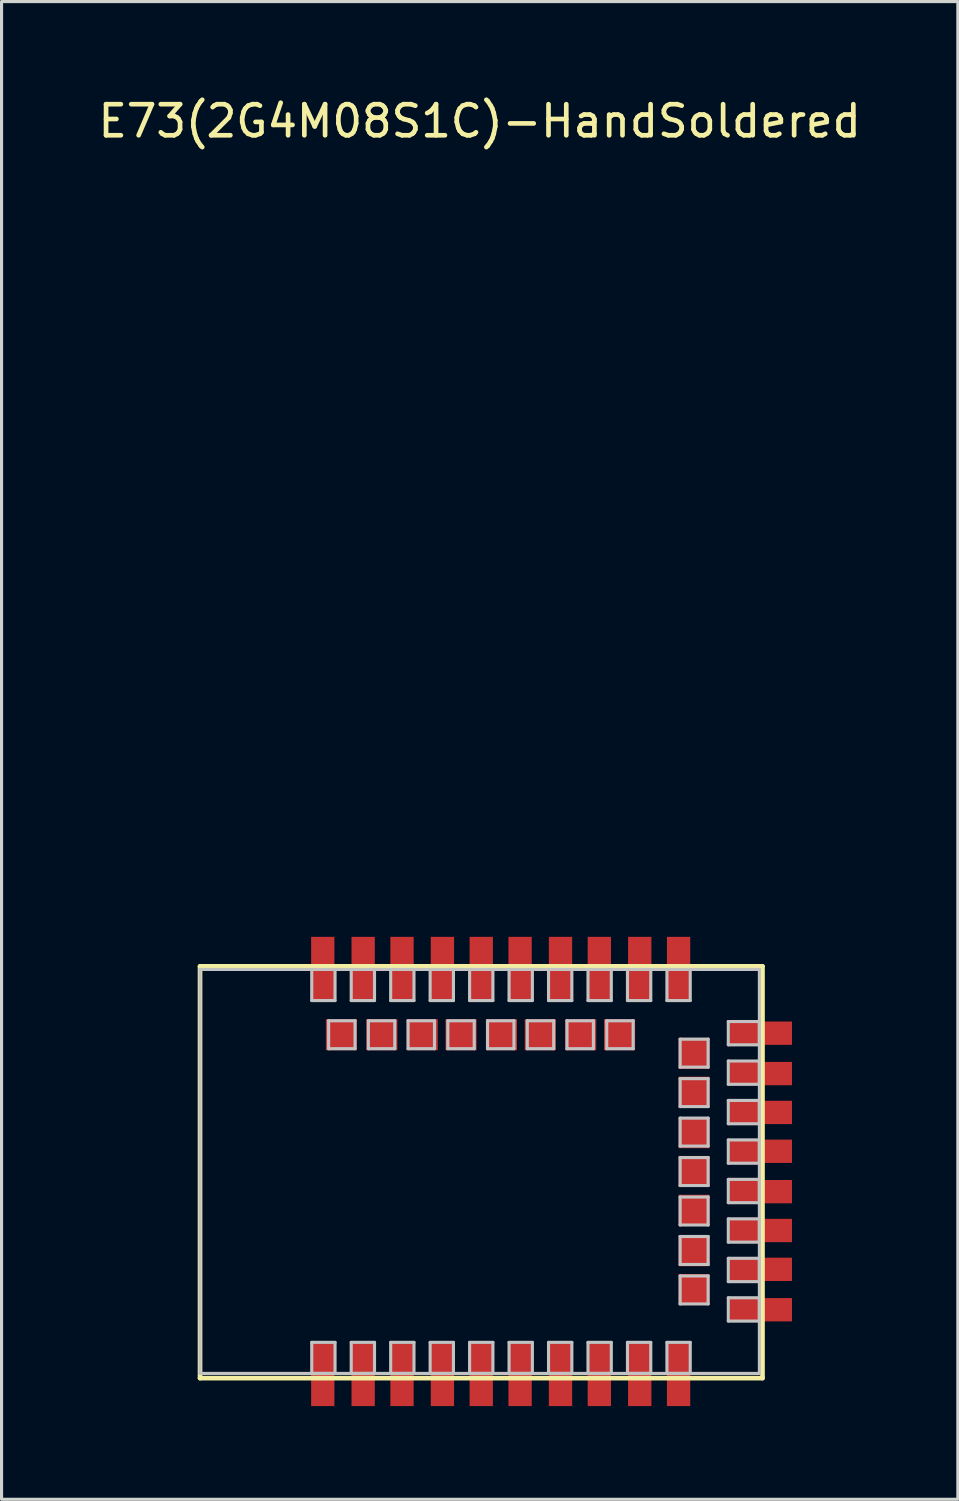
<source format=kicad_pcb>
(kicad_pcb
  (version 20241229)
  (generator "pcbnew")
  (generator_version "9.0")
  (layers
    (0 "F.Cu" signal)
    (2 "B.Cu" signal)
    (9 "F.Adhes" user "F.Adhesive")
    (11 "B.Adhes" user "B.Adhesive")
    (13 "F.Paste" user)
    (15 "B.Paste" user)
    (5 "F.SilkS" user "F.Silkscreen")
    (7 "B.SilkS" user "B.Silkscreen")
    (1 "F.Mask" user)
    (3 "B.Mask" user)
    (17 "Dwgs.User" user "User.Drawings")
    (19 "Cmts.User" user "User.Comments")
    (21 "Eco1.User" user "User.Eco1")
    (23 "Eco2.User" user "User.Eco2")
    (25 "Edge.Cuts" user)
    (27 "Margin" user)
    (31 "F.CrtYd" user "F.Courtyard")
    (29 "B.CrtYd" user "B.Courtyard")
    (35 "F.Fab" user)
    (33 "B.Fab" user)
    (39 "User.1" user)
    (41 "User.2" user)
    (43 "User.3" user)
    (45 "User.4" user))
  (footprint "E73(2G4M08S1C)-HandSoldered"
    (layer "F.Cu")
    (at 13.087 34.648)
    (property "Reference" "E73(2G4M08S1C)-HandSoldered" (at -0.7 -33.8 0) (layer "F.SilkS") (effects (font (size 1 1) (thickness 0.15))))
    (attr through_hole)
    (fp_line (start -9.7 -6.6) (end 8.4 -6.6) (stroke (width 0.15) (type solid)) (layer "F.SilkS"))
    (fp_line (start -9.7 6.65) (end -9.7 -6.6) (stroke (width 0.15) (type solid)) (layer "F.SilkS"))
    (fp_line (start 8.4 -6.6) (end 8.4 6.65) (stroke (width 0.15) (type solid)) (layer "F.SilkS"))
    (fp_line (start 8.4 6.65) (end -9.7 6.65) (stroke (width 0.15) (type solid)) (layer "F.SilkS"))
    (fp_line (start -9.7 -6.5) (end 8.3 -6.5) (stroke (width 0.1) (type solid)) (layer "Dwgs.User"))
    (fp_line (start -9.7 6.5) (end -9.7 -6.5) (stroke (width 0.1) (type solid)) (layer "Dwgs.User"))
    (fp_line (start -6.105 -6.5) (end -5.355 -6.5) (stroke (width 0.1) (type solid)) (layer "Dwgs.User"))
    (fp_line (start -6.105 -5.5) (end -6.105 -6.5) (stroke (width 0.1) (type solid)) (layer "Dwgs.User"))
    (fp_line (start -6.105 5.5) (end -5.355 5.5) (stroke (width 0.1) (type solid)) (layer "Dwgs.User"))
    (fp_line (start -6.105 6.5) (end -6.105 5.5) (stroke (width 0.1) (type solid)) (layer "Dwgs.User"))
    (fp_line (start -5.562 -4.85) (end -5.562 -3.95) (stroke (width 0.1) (type solid)) (layer "Dwgs.User"))
    (fp_line (start -5.562 -3.95) (end -4.712 -3.95) (stroke (width 0.1) (type solid)) (layer "Dwgs.User"))
    (fp_line (start -5.355 -6.5) (end -5.355 -5.5) (stroke (width 0.1) (type solid)) (layer "Dwgs.User"))
    (fp_line (start -5.355 -5.5) (end -6.105 -5.5) (stroke (width 0.1) (type solid)) (layer "Dwgs.User"))
    (fp_line (start -5.355 5.5) (end -5.355 6.5) (stroke (width 0.1) (type solid)) (layer "Dwgs.User"))
    (fp_line (start -5.355 6.5) (end -6.105 6.5) (stroke (width 0.1) (type solid)) (layer "Dwgs.User"))
    (fp_line (start -4.835 -6.5) (end -4.085 -6.5) (stroke (width 0.1) (type solid)) (layer "Dwgs.User"))
    (fp_line (start -4.835 -5.5) (end -4.835 -6.5) (stroke (width 0.1) (type solid)) (layer "Dwgs.User"))
    (fp_line (start -4.835 5.5) (end -4.835 6.5) (stroke (width 0.1) (type solid)) (layer "Dwgs.User"))
    (fp_line (start -4.835 6.5) (end -4.085 6.5) (stroke (width 0.1) (type solid)) (layer "Dwgs.User"))
    (fp_line (start -4.712 -4.85) (end -5.562 -4.85) (stroke (width 0.1) (type solid)) (layer "Dwgs.User"))
    (fp_line (start -4.712 -3.95) (end -4.712 -4.85) (stroke (width 0.1) (type solid)) (layer "Dwgs.User"))
    (fp_line (start -4.283 -4.85) (end -3.433 -4.85) (stroke (width 0.1) (type solid)) (layer "Dwgs.User"))
    (fp_line (start -4.283 -3.95) (end -4.283 -4.85) (stroke (width 0.1) (type solid)) (layer "Dwgs.User"))
    (fp_line (start -4.085 -6.5) (end -4.085 -5.5) (stroke (width 0.1) (type solid)) (layer "Dwgs.User"))
    (fp_line (start -4.085 -5.5) (end -4.835 -5.5) (stroke (width 0.1) (type solid)) (layer "Dwgs.User"))
    (fp_line (start -4.085 5.5) (end -4.835 5.5) (stroke (width 0.1) (type solid)) (layer "Dwgs.User"))
    (fp_line (start -4.085 6.5) (end -4.085 5.5) (stroke (width 0.1) (type solid)) (layer "Dwgs.User"))
    (fp_line (start -3.565 -6.5) (end -2.815 -6.5) (stroke (width 0.1) (type solid)) (layer "Dwgs.User"))
    (fp_line (start -3.565 -5.5) (end -3.565 -6.5) (stroke (width 0.1) (type solid)) (layer "Dwgs.User"))
    (fp_line (start -3.565 5.5) (end -3.565 6.5) (stroke (width 0.1) (type solid)) (layer "Dwgs.User"))
    (fp_line (start -3.565 6.5) (end -2.815 6.5) (stroke (width 0.1) (type solid)) (layer "Dwgs.User"))
    (fp_line (start -3.433 -4.85) (end -3.433 -3.95) (stroke (width 0.1) (type solid)) (layer "Dwgs.User"))
    (fp_line (start -3.433 -3.95) (end -4.283 -3.95) (stroke (width 0.1) (type solid)) (layer "Dwgs.User"))
    (fp_line (start -3.005 -4.85) (end -2.155 -4.85) (stroke (width 0.1) (type solid)) (layer "Dwgs.User"))
    (fp_line (start -3.005 -3.95) (end -3.005 -4.85) (stroke (width 0.1) (type solid)) (layer "Dwgs.User"))
    (fp_line (start -2.815 -6.5) (end -2.815 -5.5) (stroke (width 0.1) (type solid)) (layer "Dwgs.User"))
    (fp_line (start -2.815 -5.5) (end -3.565 -5.5) (stroke (width 0.1) (type solid)) (layer "Dwgs.User"))
    (fp_line (start -2.815 5.5) (end -3.565 5.5) (stroke (width 0.1) (type solid)) (layer "Dwgs.User"))
    (fp_line (start -2.815 6.5) (end -2.815 5.5) (stroke (width 0.1) (type solid)) (layer "Dwgs.User"))
    (fp_line (start -2.295 -6.5) (end -1.545 -6.5) (stroke (width 0.1) (type solid)) (layer "Dwgs.User"))
    (fp_line (start -2.295 -5.5) (end -2.295 -6.5) (stroke (width 0.1) (type solid)) (layer "Dwgs.User"))
    (fp_line (start -2.295 5.5) (end -2.295 6.5) (stroke (width 0.1) (type solid)) (layer "Dwgs.User"))
    (fp_line (start -2.295 6.5) (end -1.545 6.5) (stroke (width 0.1) (type solid)) (layer "Dwgs.User"))
    (fp_line (start -2.155 -4.85) (end -2.155 -3.95) (stroke (width 0.1) (type solid)) (layer "Dwgs.User"))
    (fp_line (start -2.155 -3.95) (end -3.005 -3.95) (stroke (width 0.1) (type solid)) (layer "Dwgs.User"))
    (fp_line (start -1.726 -4.85) (end -0.876 -4.85) (stroke (width 0.1) (type solid)) (layer "Dwgs.User"))
    (fp_line (start -1.726 -3.95) (end -1.726 -4.85) (stroke (width 0.1) (type solid)) (layer "Dwgs.User"))
    (fp_line (start -1.545 -6.5) (end -1.545 -5.5) (stroke (width 0.1) (type solid)) (layer "Dwgs.User"))
    (fp_line (start -1.545 -5.5) (end -2.295 -5.5) (stroke (width 0.1) (type solid)) (layer "Dwgs.User"))
    (fp_line (start -1.545 5.5) (end -2.295 5.5) (stroke (width 0.1) (type solid)) (layer "Dwgs.User"))
    (fp_line (start -1.545 6.5) (end -1.545 5.5) (stroke (width 0.1) (type solid)) (layer "Dwgs.User"))
    (fp_line (start -1.025 -6.5) (end -0.275 -6.5) (stroke (width 0.1) (type solid)) (layer "Dwgs.User"))
    (fp_line (start -1.025 -5.5) (end -1.025 -6.5) (stroke (width 0.1) (type solid)) (layer "Dwgs.User"))
    (fp_line (start -1.025 5.5) (end -1.025 6.5) (stroke (width 0.1) (type solid)) (layer "Dwgs.User"))
    (fp_line (start -1.025 6.5) (end -0.275 6.5) (stroke (width 0.1) (type solid)) (layer "Dwgs.User"))
    (fp_line (start -0.876 -4.85) (end -0.876 -3.95) (stroke (width 0.1) (type solid)) (layer "Dwgs.User"))
    (fp_line (start -0.876 -3.95) (end -1.726 -3.95) (stroke (width 0.1) (type solid)) (layer "Dwgs.User"))
    (fp_line (start -0.448 -4.85) (end 0.402 -4.85) (stroke (width 0.1) (type solid)) (layer "Dwgs.User"))
    (fp_line (start -0.448 -3.95) (end -0.448 -4.85) (stroke (width 0.1) (type solid)) (layer "Dwgs.User"))
    (fp_line (start -0.275 -6.5) (end -0.275 -5.5) (stroke (width 0.1) (type solid)) (layer "Dwgs.User"))
    (fp_line (start -0.275 -5.5) (end -1.025 -5.5) (stroke (width 0.1) (type solid)) (layer "Dwgs.User"))
    (fp_line (start -0.275 5.5) (end -1.025 5.5) (stroke (width 0.1) (type solid)) (layer "Dwgs.User"))
    (fp_line (start -0.275 6.5) (end -0.275 5.5) (stroke (width 0.1) (type solid)) (layer "Dwgs.User"))
    (fp_line (start 0.245 -6.5) (end 0.995 -6.5) (stroke (width 0.1) (type solid)) (layer "Dwgs.User"))
    (fp_line (start 0.245 -5.5) (end 0.245 -6.5) (stroke (width 0.1) (type solid)) (layer "Dwgs.User"))
    (fp_line (start 0.245 5.5) (end 0.245 6.5) (stroke (width 0.1) (type solid)) (layer "Dwgs.User"))
    (fp_line (start 0.245 6.5) (end 0.995 6.5) (stroke (width 0.1) (type solid)) (layer "Dwgs.User"))
    (fp_line (start 0.402 -4.85) (end 0.402 -3.95) (stroke (width 0.1) (type solid)) (layer "Dwgs.User"))
    (fp_line (start 0.402 -3.95) (end -0.448 -3.95) (stroke (width 0.1) (type solid)) (layer "Dwgs.User"))
    (fp_line (start 0.831 -4.85) (end 1.681 -4.85) (stroke (width 0.1) (type solid)) (layer "Dwgs.User"))
    (fp_line (start 0.831 -3.95) (end 0.831 -4.85) (stroke (width 0.1) (type solid)) (layer "Dwgs.User"))
    (fp_line (start 0.995 -6.5) (end 0.995 -5.5) (stroke (width 0.1) (type solid)) (layer "Dwgs.User"))
    (fp_line (start 0.995 -5.5) (end 0.245 -5.5) (stroke (width 0.1) (type solid)) (layer "Dwgs.User"))
    (fp_line (start 0.995 5.5) (end 0.245 5.5) (stroke (width 0.1) (type solid)) (layer "Dwgs.User"))
    (fp_line (start 0.995 6.5) (end 0.995 5.5) (stroke (width 0.1) (type solid)) (layer "Dwgs.User"))
    (fp_line (start 1.515 -6.5) (end 2.265 -6.5) (stroke (width 0.1) (type solid)) (layer "Dwgs.User"))
    (fp_line (start 1.515 -5.5) (end 1.515 -6.5) (stroke (width 0.1) (type solid)) (layer "Dwgs.User"))
    (fp_line (start 1.515 5.5) (end 1.515 6.5) (stroke (width 0.1) (type solid)) (layer "Dwgs.User"))
    (fp_line (start 1.515 6.5) (end 2.265 6.5) (stroke (width 0.1) (type solid)) (layer "Dwgs.User"))
    (fp_line (start 1.681 -4.85) (end 1.681 -3.95) (stroke (width 0.1) (type solid)) (layer "Dwgs.User"))
    (fp_line (start 1.681 -3.95) (end 0.831 -3.95) (stroke (width 0.1) (type solid)) (layer "Dwgs.User"))
    (fp_line (start 2.109 -4.85) (end 2.959 -4.85) (stroke (width 0.1) (type solid)) (layer "Dwgs.User"))
    (fp_line (start 2.109 -3.95) (end 2.109 -4.85) (stroke (width 0.1) (type solid)) (layer "Dwgs.User"))
    (fp_line (start 2.265 -6.5) (end 2.265 -5.5) (stroke (width 0.1) (type solid)) (layer "Dwgs.User"))
    (fp_line (start 2.265 -5.5) (end 1.515 -5.5) (stroke (width 0.1) (type solid)) (layer "Dwgs.User"))
    (fp_line (start 2.265 5.5) (end 1.515 5.5) (stroke (width 0.1) (type solid)) (layer "Dwgs.User"))
    (fp_line (start 2.265 6.5) (end 2.265 5.5) (stroke (width 0.1) (type solid)) (layer "Dwgs.User"))
    (fp_line (start 2.785 -6.5) (end 3.535 -6.5) (stroke (width 0.1) (type solid)) (layer "Dwgs.User"))
    (fp_line (start 2.785 -5.5) (end 2.785 -6.5) (stroke (width 0.1) (type solid)) (layer "Dwgs.User"))
    (fp_line (start 2.785 5.5) (end 2.785 6.5) (stroke (width 0.1) (type solid)) (layer "Dwgs.User"))
    (fp_line (start 2.785 6.5) (end 3.535 6.5) (stroke (width 0.1) (type solid)) (layer "Dwgs.User"))
    (fp_line (start 2.959 -4.85) (end 2.959 -3.95) (stroke (width 0.1) (type solid)) (layer "Dwgs.User"))
    (fp_line (start 2.959 -3.95) (end 2.109 -3.95) (stroke (width 0.1) (type solid)) (layer "Dwgs.User"))
    (fp_line (start 3.388 -4.85) (end 4.238 -4.85) (stroke (width 0.1) (type solid)) (layer "Dwgs.User"))
    (fp_line (start 3.388 -3.95) (end 3.388 -4.85) (stroke (width 0.1) (type solid)) (layer "Dwgs.User"))
    (fp_line (start 3.535 -6.5) (end 3.535 -5.5) (stroke (width 0.1) (type solid)) (layer "Dwgs.User"))
    (fp_line (start 3.535 -5.5) (end 2.785 -5.5) (stroke (width 0.1) (type solid)) (layer "Dwgs.User"))
    (fp_line (start 3.535 5.5) (end 2.785 5.5) (stroke (width 0.1) (type solid)) (layer "Dwgs.User"))
    (fp_line (start 3.535 6.5) (end 3.535 5.5) (stroke (width 0.1) (type solid)) (layer "Dwgs.User"))
    (fp_line (start 4.055 -6.5) (end 4.805 -6.5) (stroke (width 0.1) (type solid)) (layer "Dwgs.User"))
    (fp_line (start 4.055 -5.5) (end 4.055 -6.5) (stroke (width 0.1) (type solid)) (layer "Dwgs.User"))
    (fp_line (start 4.055 5.5) (end 4.055 6.5) (stroke (width 0.1) (type solid)) (layer "Dwgs.User"))
    (fp_line (start 4.055 6.5) (end 4.805 6.5) (stroke (width 0.1) (type solid)) (layer "Dwgs.User"))
    (fp_line (start 4.238 -4.85) (end 4.238 -3.95) (stroke (width 0.1) (type solid)) (layer "Dwgs.User"))
    (fp_line (start 4.238 -3.95) (end 3.388 -3.95) (stroke (width 0.1) (type solid)) (layer "Dwgs.User"))
    (fp_line (start 4.805 -6.5) (end 4.805 -5.5) (stroke (width 0.1) (type solid)) (layer "Dwgs.User"))
    (fp_line (start 4.805 -5.5) (end 4.055 -5.5) (stroke (width 0.1) (type solid)) (layer "Dwgs.User"))
    (fp_line (start 4.805 5.5) (end 4.055 5.5) (stroke (width 0.1) (type solid)) (layer "Dwgs.User"))
    (fp_line (start 4.805 6.5) (end 4.805 5.5) (stroke (width 0.1) (type solid)) (layer "Dwgs.User"))
    (fp_line (start 5.325 -6.5) (end 6.075 -6.5) (stroke (width 0.1) (type solid)) (layer "Dwgs.User"))
    (fp_line (start 5.325 -5.5) (end 5.325 -6.5) (stroke (width 0.1) (type solid)) (layer "Dwgs.User"))
    (fp_line (start 5.325 5.5) (end 5.325 6.5) (stroke (width 0.1) (type solid)) (layer "Dwgs.User"))
    (fp_line (start 5.325 6.5) (end 6.075 6.5) (stroke (width 0.1) (type solid)) (layer "Dwgs.User"))
    (fp_line (start 5.75 -4.257) (end 5.75 -3.357) (stroke (width 0.1) (type solid)) (layer "Dwgs.User"))
    (fp_line (start 5.75 -3.357) (end 6.65 -3.357) (stroke (width 0.1) (type solid)) (layer "Dwgs.User"))
    (fp_line (start 5.75 -2.987) (end 5.75 -2.087) (stroke (width 0.1) (type solid)) (layer "Dwgs.User"))
    (fp_line (start 5.75 -2.087) (end 6.65 -2.087) (stroke (width 0.1) (type solid)) (layer "Dwgs.User"))
    (fp_line (start 5.75 -1.717) (end 5.75 -0.817) (stroke (width 0.1) (type solid)) (layer "Dwgs.User"))
    (fp_line (start 5.75 -0.817) (end 6.65 -0.817) (stroke (width 0.1) (type solid)) (layer "Dwgs.User"))
    (fp_line (start 5.75 -0.447) (end 5.75 0.453) (stroke (width 0.1) (type solid)) (layer "Dwgs.User"))
    (fp_line (start 5.75 0.453) (end 6.65 0.453) (stroke (width 0.1) (type solid)) (layer "Dwgs.User"))
    (fp_line (start 5.75 0.823) (end 5.75 1.723) (stroke (width 0.1) (type solid)) (layer "Dwgs.User"))
    (fp_line (start 5.75 1.723) (end 6.65 1.723) (stroke (width 0.1) (type solid)) (layer "Dwgs.User"))
    (fp_line (start 5.75 2.093) (end 5.75 2.993) (stroke (width 0.1) (type solid)) (layer "Dwgs.User"))
    (fp_line (start 5.75 2.993) (end 6.65 2.993) (stroke (width 0.1) (type solid)) (layer "Dwgs.User"))
    (fp_line (start 5.75 3.363) (end 6.65 3.363) (stroke (width 0.1) (type solid)) (layer "Dwgs.User"))
    (fp_line (start 5.75 4.263) (end 5.75 3.363) (stroke (width 0.1) (type solid)) (layer "Dwgs.User"))
    (fp_line (start 6.075 -6.5) (end 6.075 -5.5) (stroke (width 0.1) (type solid)) (layer "Dwgs.User"))
    (fp_line (start 6.075 -5.5) (end 5.325 -5.5) (stroke (width 0.1) (type solid)) (layer "Dwgs.User"))
    (fp_line (start 6.075 5.5) (end 5.325 5.5) (stroke (width 0.1) (type solid)) (layer "Dwgs.User"))
    (fp_line (start 6.075 6.5) (end 6.075 5.5) (stroke (width 0.1) (type solid)) (layer "Dwgs.User"))
    (fp_line (start 6.65 -4.257) (end 5.75 -4.257) (stroke (width 0.1) (type solid)) (layer "Dwgs.User"))
    (fp_line (start 6.65 -3.357) (end 6.65 -4.257) (stroke (width 0.1) (type solid)) (layer "Dwgs.User"))
    (fp_line (start 6.65 -2.987) (end 5.75 -2.987) (stroke (width 0.1) (type solid)) (layer "Dwgs.User"))
    (fp_line (start 6.65 -2.087) (end 6.65 -2.987) (stroke (width 0.1) (type solid)) (layer "Dwgs.User"))
    (fp_line (start 6.65 -1.717) (end 5.75 -1.717) (stroke (width 0.1) (type solid)) (layer "Dwgs.User"))
    (fp_line (start 6.65 -0.817) (end 6.65 -1.717) (stroke (width 0.1) (type solid)) (layer "Dwgs.User"))
    (fp_line (start 6.65 -0.447) (end 5.75 -0.447) (stroke (width 0.1) (type solid)) (layer "Dwgs.User"))
    (fp_line (start 6.65 0.453) (end 6.65 -0.447) (stroke (width 0.1) (type solid)) (layer "Dwgs.User"))
    (fp_line (start 6.65 0.823) (end 5.75 0.823) (stroke (width 0.1) (type solid)) (layer "Dwgs.User"))
    (fp_line (start 6.65 1.723) (end 6.65 0.823) (stroke (width 0.1) (type solid)) (layer "Dwgs.User"))
    (fp_line (start 6.65 2.093) (end 5.75 2.093) (stroke (width 0.1) (type solid)) (layer "Dwgs.User"))
    (fp_line (start 6.65 2.993) (end 6.65 2.093) (stroke (width 0.1) (type solid)) (layer "Dwgs.User"))
    (fp_line (start 6.65 3.363) (end 6.65 4.263) (stroke (width 0.1) (type solid)) (layer "Dwgs.User"))
    (fp_line (start 6.65 4.263) (end 5.75 4.263) (stroke (width 0.1) (type solid)) (layer "Dwgs.User"))
    (fp_line (start 7.3 -4.825) (end 7.3 -4.075) (stroke (width 0.1) (type solid)) (layer "Dwgs.User"))
    (fp_line (start 7.3 -4.075) (end 8.3 -4.075) (stroke (width 0.1) (type solid)) (layer "Dwgs.User"))
    (fp_line (start 7.3 -3.555) (end 7.3 -2.805) (stroke (width 0.1) (type solid)) (layer "Dwgs.User"))
    (fp_line (start 7.3 -2.805) (end 8.3 -2.805) (stroke (width 0.1) (type solid)) (layer "Dwgs.User"))
    (fp_line (start 7.3 -2.285) (end 7.3 -1.535) (stroke (width 0.1) (type solid)) (layer "Dwgs.User"))
    (fp_line (start 7.3 -1.535) (end 8.3 -1.535) (stroke (width 0.1) (type solid)) (layer "Dwgs.User"))
    (fp_line (start 7.3 -1.015) (end 7.3 -0.265) (stroke (width 0.1) (type solid)) (layer "Dwgs.User"))
    (fp_line (start 7.3 -0.265) (end 8.3 -0.265) (stroke (width 0.1) (type solid)) (layer "Dwgs.User"))
    (fp_line (start 7.3 0.255) (end 7.3 1.005) (stroke (width 0.1) (type solid)) (layer "Dwgs.User"))
    (fp_line (start 7.3 1.005) (end 8.3 1.005) (stroke (width 0.1) (type solid)) (layer "Dwgs.User"))
    (fp_line (start 7.3 1.525) (end 7.3 2.275) (stroke (width 0.1) (type solid)) (layer "Dwgs.User"))
    (fp_line (start 7.3 2.275) (end 8.3 2.275) (stroke (width 0.1) (type solid)) (layer "Dwgs.User"))
    (fp_line (start 7.3 2.795) (end 7.3 3.545) (stroke (width 0.1) (type solid)) (layer "Dwgs.User"))
    (fp_line (start 7.3 3.545) (end 8.3 3.545) (stroke (width 0.1) (type solid)) (layer "Dwgs.User"))
    (fp_line (start 7.3 4.065) (end 8.3 4.065) (stroke (width 0.1) (type solid)) (layer "Dwgs.User"))
    (fp_line (start 7.3 4.815) (end 7.3 4.065) (stroke (width 0.1) (type solid)) (layer "Dwgs.User"))
    (fp_line (start 8.3 -6.5) (end 8.3 6.5) (stroke (width 0.1) (type solid)) (layer "Dwgs.User"))
    (fp_line (start 8.3 -4.825) (end 7.3 -4.825) (stroke (width 0.1) (type solid)) (layer "Dwgs.User"))
    (fp_line (start 8.3 -4.075) (end 8.3 -4.825) (stroke (width 0.1) (type solid)) (layer "Dwgs.User"))
    (fp_line (start 8.3 -3.555) (end 7.3 -3.555) (stroke (width 0.1) (type solid)) (layer "Dwgs.User"))
    (fp_line (start 8.3 -2.805) (end 8.3 -3.555) (stroke (width 0.1) (type solid)) (layer "Dwgs.User"))
    (fp_line (start 8.3 -2.285) (end 7.3 -2.285) (stroke (width 0.1) (type solid)) (layer "Dwgs.User"))
    (fp_line (start 8.3 -1.535) (end 8.3 -2.285) (stroke (width 0.1) (type solid)) (layer "Dwgs.User"))
    (fp_line (start 8.3 -1.015) (end 7.3 -1.015) (stroke (width 0.1) (type solid)) (layer "Dwgs.User"))
    (fp_line (start 8.3 -0.265) (end 8.3 -1.015) (stroke (width 0.1) (type solid)) (layer "Dwgs.User"))
    (fp_line (start 8.3 0.255) (end 7.3 0.255) (stroke (width 0.1) (type solid)) (layer "Dwgs.User"))
    (fp_line (start 8.3 1.005) (end 8.3 0.255) (stroke (width 0.1) (type solid)) (layer "Dwgs.User"))
    (fp_line (start 8.3 1.525) (end 7.3 1.525) (stroke (width 0.1) (type solid)) (layer "Dwgs.User"))
    (fp_line (start 8.3 2.275) (end 8.3 1.525) (stroke (width 0.1) (type solid)) (layer "Dwgs.User"))
    (fp_line (start 8.3 2.795) (end 7.3 2.795) (stroke (width 0.1) (type solid)) (layer "Dwgs.User"))
    (fp_line (start 8.3 3.545) (end 8.3 2.795) (stroke (width 0.1) (type solid)) (layer "Dwgs.User"))
    (fp_line (start 8.3 4.065) (end 8.3 4.815) (stroke (width 0.1) (type solid)) (layer "Dwgs.User"))
    (fp_line (start 8.3 4.815) (end 7.3 4.815) (stroke (width 0.1) (type solid)) (layer "Dwgs.User"))
    (fp_line (start 8.3 6.5) (end -9.7 6.5) (stroke (width 0.1) (type solid)) (layer "Dwgs.User"))
    (pad "1" smd rect (at -5.75 6.55) (size 0.75 2) (layers "F.Cu" "F.Mask" "F.Paste"))
    (pad "2" smd rect (at -4.45 6.55) (size 0.75 2) (layers "F.Cu" "F.Mask" "F.Paste"))
    (pad "3" smd rect (at -3.2 6.55) (size 0.75 2) (layers "F.Cu" "F.Mask" "F.Paste"))
    (pad "4" smd rect (at -1.9 6.55) (size 0.75 2) (layers "F.Cu" "F.Mask" "F.Paste"))
    (pad "5" smd rect (at -0.65 6.55) (size 0.75 2) (layers "F.Cu" "F.Mask" "F.Paste"))
    (pad "6" smd rect (at 0.6 6.55) (size 0.75 2) (layers "F.Cu" "F.Mask" "F.Paste"))
    (pad "7" smd rect (at 1.9 6.55) (size 0.75 2) (layers "F.Cu" "F.Mask" "F.Paste"))
    (pad "8" smd rect (at 3.15 6.55) (size 0.75 2) (layers "F.Cu" "F.Mask" "F.Paste"))
    (pad "9" smd rect (at 4.45 6.55) (size 0.75 2) (layers "F.Cu" "F.Mask" "F.Paste"))
    (pad "10" smd rect (at 5.7 6.55) (size 0.75 2) (layers "F.Cu" "F.Mask" "F.Paste"))
    (pad "11" smd rect (at 8.35 4.45) (size 2 0.75) (layers "F.Cu" "F.Mask" "F.Paste"))
    (pad "12" smd rect (at 6.2 3.8) (size 1 1) (layers "F.Cu" "F.Mask" "F.Paste"))
    (pad "13" smd rect (at 8.35 3.15) (size 2 0.75) (layers "F.Cu" "F.Mask" "F.Paste"))
    (pad "14" smd rect (at 6.2 2.55) (size 1 1) (layers "F.Cu" "F.Mask" "F.Paste"))
    (pad "15" smd rect (at 8.35 1.9) (size 2 0.75) (layers "F.Cu" "F.Mask" "F.Paste"))
    (pad "16" smd rect (at 6.2 1.25) (size 1 1) (layers "F.Cu" "F.Mask" "F.Paste"))
    (pad "17" smd rect (at 8.35 0.65) (size 2 0.75) (layers "F.Cu" "F.Mask" "F.Paste"))
    (pad "18" smd rect (at 6.2 0) (size 1 1) (layers "F.Cu" "F.Mask" "F.Paste"))
    (pad "19" smd rect (at 8.35 -0.65) (size 2 0.75) (layers "F.Cu" "F.Mask" "F.Paste"))
    (pad "20" smd rect (at 6.2 -1.25) (size 1 1) (layers "F.Cu" "F.Mask" "F.Paste"))
    (pad "21" smd rect (at 8.35 -1.9) (size 2 0.75) (layers "F.Cu" "F.Mask" "F.Paste"))
    (pad "22" smd rect (at 6.2 -2.55) (size 1 1) (layers "F.Cu" "F.Mask" "F.Paste"))
    (pad "23" smd rect (at 8.35 -3.15) (size 2 0.75) (layers "F.Cu" "F.Mask" "F.Paste"))
    (pad "24" smd rect (at 6.2 -3.8) (size 1 1) (layers "F.Cu" "F.Mask" "F.Paste"))
    (pad "25" smd rect (at 8.35 -4.45) (size 2 0.75) (layers "F.Cu" "F.Mask" "F.Paste"))
    (pad "26" smd rect (at 5.7 -6.55) (size 0.75 2) (layers "F.Cu" "F.Mask" "F.Paste"))
    (pad "27" smd rect (at 4.45 -6.55) (size 0.75 2) (layers "F.Cu" "F.Mask" "F.Paste"))
    (pad "28" smd rect (at 3.8 -4.4) (size 1 1) (layers "F.Cu" "F.Mask" "F.Paste"))
    (pad "29" smd rect (at 3.15 -6.55) (size 0.75 2) (layers "F.Cu" "F.Mask" "F.Paste"))
    (pad "30" smd rect (at 2.55 -4.4) (size 1 1) (layers "F.Cu" "F.Mask" "F.Paste"))
    (pad "31" smd rect (at 1.9 -6.55) (size 0.75 2) (layers "F.Cu" "F.Mask" "F.Paste"))
    (pad "32" smd rect (at 1.25 -4.4) (size 1 1) (layers "F.Cu" "F.Mask" "F.Paste"))
    (pad "33" smd rect (at 0.6 -6.55) (size 0.75 2) (layers "F.Cu" "F.Mask" "F.Paste"))
    (pad "34" smd rect (at 0 -4.4) (size 1 1) (layers "F.Cu" "F.Mask" "F.Paste"))
    (pad "35" smd rect (at -0.65 -6.55) (size 0.75 2) (layers "F.Cu" "F.Mask" "F.Paste"))
    (pad "36" smd rect (at -1.3 -4.4) (size 1 1) (layers "F.Cu" "F.Mask" "F.Paste"))
    (pad "37" smd rect (at -1.9 -6.55) (size 0.75 2) (layers "F.Cu" "F.Mask" "F.Paste"))
    (pad "38" smd rect (at -2.55 -4.4) (size 1 1) (layers "F.Cu" "F.Mask" "F.Paste"))
    (pad "39" smd rect (at -3.2 -6.55) (size 0.75 2) (layers "F.Cu" "F.Mask" "F.Paste"))
    (pad "40" smd rect (at -3.85 -4.4) (size 1 1) (layers "F.Cu" "F.Mask" "F.Paste"))
    (pad "41" smd rect (at -4.45 -6.55) (size 0.75 2) (layers "F.Cu" "F.Mask" "F.Paste"))
    (pad "42" smd rect (at -5.15 -4.4) (size 1 1) (layers "F.Cu" "F.Mask" "F.Paste"))
    (pad "43" smd rect (at -5.75 -6.55) (size 0.75 2) (layers "F.Cu" "F.Mask" "F.Paste")))
  (gr_rect
    (start -3 -3)
    (end 27.774 45.198)
    (stroke (width 0.1) (type default))
    (fill no)
    (layer "Edge.Cuts")))
</source>
